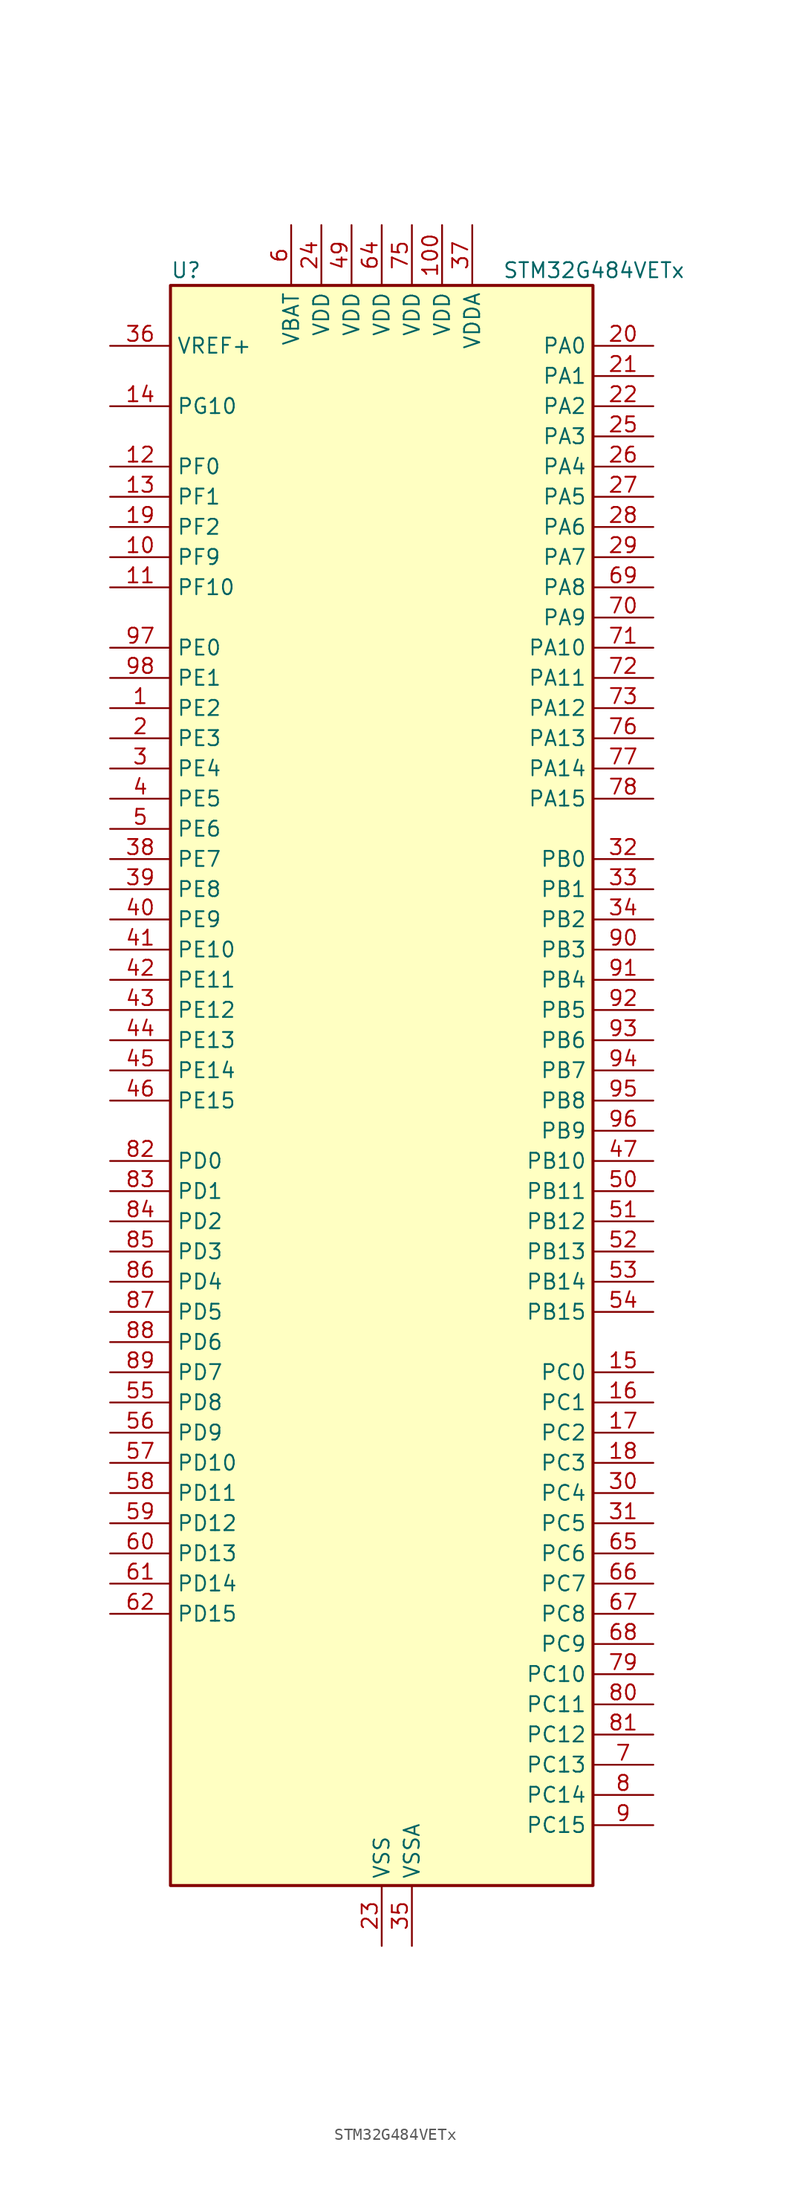
<source format=kicad_sym>
(kicad_symbol_lib
  (version 20241209)
  (generator "kicad_symbol_editor")
  (generator_version "9.0")
  (symbol "STM32G484VETx"
    (property "Reference" "U"
      (at -17.78 69.85 0)
      (effects (font (size 1.27 1.27)) (justify left)))
    (property "Value" "STM32G484VETx"
      (at 10.16 69.85 0)
      (effects (font (size 1.27 1.27)) (justify left)))
    (symbol "STM32G484VETx_0_1"
      (rectangle (start -17.78 -66.04) (end 17.78 68.58) (stroke (width 0.254) (type default)) (fill (type background))))
    (symbol "STM32G484VETx_1_1"
      (pin input line (at -22.86 63.5 0) (length 5.08) (name "VREF+" (effects (font (size 1.27 1.27)))) (number "36" (effects (font (size 1.27 1.27)))) (alternate "VREFBUF_OUT" bidirectional line))
      (pin bidirectional line (at -22.86 58.42 0) (length 5.08) (name "PG10" (effects (font (size 1.27 1.27)))) (number "14" (effects (font (size 1.27 1.27)))) (alternate "DAC1_EXTI10" bidirectional line) (alternate "DAC2_EXTI10" bidirectional line) (alternate "DAC3_EXTI10" bidirectional line) (alternate "DAC4_EXTI10" bidirectional line) (alternate "RCC_MCO" bidirectional line))
      (pin bidirectional line (at -22.86 53.34 0) (length 5.08) (name "PF0" (effects (font (size 1.27 1.27)))) (number "12" (effects (font (size 1.27 1.27)))) (alternate "ADC1_IN10" bidirectional line) (alternate "I2C2_SDA" bidirectional line) (alternate "I2S2_WS" bidirectional line) (alternate "RCC_OSC_IN" bidirectional line) (alternate "SPI2_NSS" bidirectional line) (alternate "TIM1_CH3N" bidirectional line))
      (pin bidirectional line (at -22.86 50.8 0) (length 5.08) (name "PF1" (effects (font (size 1.27 1.27)))) (number "13" (effects (font (size 1.27 1.27)))) (alternate "ADC2_IN10" bidirectional line) (alternate "COMP3_INM" bidirectional line) (alternate "I2S2_CK" bidirectional line) (alternate "RCC_OSC_OUT" bidirectional line) (alternate "SPI2_SCK" bidirectional line))
      (pin bidirectional line (at -22.86 48.26 0) (length 5.08) (name "PF2" (effects (font (size 1.27 1.27)))) (number "19" (effects (font (size 1.27 1.27)))) (alternate "ADC3_EXTI2" bidirectional line) (alternate "ADC4_EXTI2" bidirectional line) (alternate "ADC5_EXTI2" bidirectional line) (alternate "FMC_A2" bidirectional line) (alternate "I2C2_SMBA" bidirectional line) (alternate "TIM20_CH3" bidirectional line))
      (pin bidirectional line (at -22.86 45.72 0) (length 5.08) (name "PF9" (effects (font (size 1.27 1.27)))) (number "10" (effects (font (size 1.27 1.27)))) (alternate "DAC1_EXTI9" bidirectional line) (alternate "DAC2_EXTI9" bidirectional line) (alternate "DAC3_EXTI9" bidirectional line) (alternate "DAC4_EXTI9" bidirectional line) (alternate "FMC_A25" bidirectional line) (alternate "QUADSPI1_BK1_IO1" bidirectional line) (alternate "SAI1_FS_B" bidirectional line) (alternate "SPI2_SCK" bidirectional line) (alternate "TIM15_CH1" bidirectional line) (alternate "TIM20_BKIN" bidirectional line) (alternate "TIM5_CH4" bidirectional line))
      (pin bidirectional line (at -22.86 43.18 0) (length 5.08) (name "PF10" (effects (font (size 1.27 1.27)))) (number "11" (effects (font (size 1.27 1.27)))) (alternate "DAC1_EXTI10" bidirectional line) (alternate "DAC2_EXTI10" bidirectional line) (alternate "DAC3_EXTI10" bidirectional line) (alternate "DAC4_EXTI10" bidirectional line) (alternate "FMC_A0" bidirectional line) (alternate "QUADSPI1_CLK" bidirectional line) (alternate "SAI1_D3" bidirectional line) (alternate "SPI2_SCK" bidirectional line) (alternate "TIM15_CH2" bidirectional line) (alternate "TIM20_BKIN2" bidirectional line))
      (pin bidirectional line (at -22.86 38.1 0) (length 5.08) (name "PE0" (effects (font (size 1.27 1.27)))) (number "97" (effects (font (size 1.27 1.27)))) (alternate "FMC_NBL0" bidirectional line) (alternate "TIM16_CH1" bidirectional line) (alternate "TIM20_CH4N" bidirectional line) (alternate "TIM20_ETR" bidirectional line) (alternate "TIM4_ETR" bidirectional line) (alternate "USART1_TX" bidirectional line))
      (pin bidirectional line (at -22.86 35.56 0) (length 5.08) (name "PE1" (effects (font (size 1.27 1.27)))) (number "98" (effects (font (size 1.27 1.27)))) (alternate "FMC_NBL1" bidirectional line) (alternate "TIM17_CH1" bidirectional line) (alternate "TIM20_CH4" bidirectional line) (alternate "USART1_RX" bidirectional line))
      (pin bidirectional line (at -22.86 33.02 0) (length 5.08) (name "PE2" (effects (font (size 1.27 1.27)))) (number "1" (effects (font (size 1.27 1.27)))) (alternate "ADC3_EXTI2" bidirectional line) (alternate "ADC4_EXTI2" bidirectional line) (alternate "ADC5_EXTI2" bidirectional line) (alternate "FMC_A23" bidirectional line) (alternate "SAI1_CK1" bidirectional line) (alternate "SAI1_MCLK_A" bidirectional line) (alternate "SPI4_SCK" bidirectional line) (alternate "SYS_TRACECLK" bidirectional line) (alternate "TIM20_CH1" bidirectional line) (alternate "TIM3_CH1" bidirectional line))
      (pin bidirectional line (at -22.86 30.48 0) (length 5.08) (name "PE3" (effects (font (size 1.27 1.27)))) (number "2" (effects (font (size 1.27 1.27)))) (alternate "ADC3_EXTI3" bidirectional line) (alternate "ADC4_EXTI3" bidirectional line) (alternate "ADC5_EXTI3" bidirectional line) (alternate "FMC_A19" bidirectional line) (alternate "SAI1_SD_B" bidirectional line) (alternate "SPI4_NSS" bidirectional line) (alternate "SYS_TRACED0" bidirectional line) (alternate "TIM20_CH2" bidirectional line) (alternate "TIM3_CH2" bidirectional line))
      (pin bidirectional line (at -22.86 27.94 0) (length 5.08) (name "PE4" (effects (font (size 1.27 1.27)))) (number "3" (effects (font (size 1.27 1.27)))) (alternate "FMC_A20" bidirectional line) (alternate "SAI1_D2" bidirectional line) (alternate "SAI1_FS_A" bidirectional line) (alternate "SPI4_NSS" bidirectional line) (alternate "SYS_TRACED1" bidirectional line) (alternate "TIM20_CH1N" bidirectional line) (alternate "TIM3_CH3" bidirectional line))
      (pin bidirectional line (at -22.86 25.4 0) (length 5.08) (name "PE5" (effects (font (size 1.27 1.27)))) (number "4" (effects (font (size 1.27 1.27)))) (alternate "FMC_A21" bidirectional line) (alternate "SAI1_CK2" bidirectional line) (alternate "SAI1_SCK_A" bidirectional line) (alternate "SPI4_MISO" bidirectional line) (alternate "SYS_TRACED2" bidirectional line) (alternate "TIM20_CH2N" bidirectional line) (alternate "TIM3_CH4" bidirectional line))
      (pin bidirectional line (at -22.86 22.86 0) (length 5.08) (name "PE6" (effects (font (size 1.27 1.27)))) (number "5" (effects (font (size 1.27 1.27)))) (alternate "FMC_A22" bidirectional line) (alternate "RTC_TAMP3" bidirectional line) (alternate "SAI1_D1" bidirectional line) (alternate "SAI1_SD_A" bidirectional line) (alternate "SPI4_MOSI" bidirectional line) (alternate "SYS_TRACED3" bidirectional line) (alternate "SYS_WKUP3" bidirectional line) (alternate "TIM20_CH3N" bidirectional line))
      (pin bidirectional line (at -22.86 20.32 0) (length 5.08) (name "PE7" (effects (font (size 1.27 1.27)))) (number "38" (effects (font (size 1.27 1.27)))) (alternate "ADC3_IN4" bidirectional line) (alternate "COMP4_INP" bidirectional line) (alternate "FMC_D4" bidirectional line) (alternate "FMC_DA4" bidirectional line) (alternate "SAI1_SD_B" bidirectional line) (alternate "TIM1_ETR" bidirectional line))
      (pin bidirectional line (at -22.86 17.78 0) (length 5.08) (name "PE8" (effects (font (size 1.27 1.27)))) (number "39" (effects (font (size 1.27 1.27)))) (alternate "ADC3_IN6" bidirectional line) (alternate "ADC4_IN6" bidirectional line) (alternate "ADC5_IN6" bidirectional line) (alternate "COMP4_INM" bidirectional line) (alternate "FMC_D5" bidirectional line) (alternate "FMC_DA5" bidirectional line) (alternate "SAI1_SCK_B" bidirectional line) (alternate "TIM1_CH1N" bidirectional line) (alternate "TIM5_CH3" bidirectional line))
      (pin bidirectional line (at -22.86 15.24 0) (length 5.08) (name "PE9" (effects (font (size 1.27 1.27)))) (number "40" (effects (font (size 1.27 1.27)))) (alternate "ADC3_IN2" bidirectional line) (alternate "DAC1_EXTI9" bidirectional line) (alternate "DAC2_EXTI9" bidirectional line) (alternate "DAC3_EXTI9" bidirectional line) (alternate "DAC4_EXTI9" bidirectional line) (alternate "FMC_D6" bidirectional line) (alternate "FMC_DA6" bidirectional line) (alternate "SAI1_FS_B" bidirectional line) (alternate "TIM1_CH1" bidirectional line) (alternate "TIM5_CH4" bidirectional line))
      (pin bidirectional line (at -22.86 12.7 0) (length 5.08) (name "PE10" (effects (font (size 1.27 1.27)))) (number "41" (effects (font (size 1.27 1.27)))) (alternate "ADC3_IN14" bidirectional line) (alternate "ADC4_IN14" bidirectional line) (alternate "ADC5_IN14" bidirectional line) (alternate "DAC1_EXTI10" bidirectional line) (alternate "DAC2_EXTI10" bidirectional line) (alternate "DAC3_EXTI10" bidirectional line) (alternate "DAC4_EXTI10" bidirectional line) (alternate "FMC_D7" bidirectional line) (alternate "FMC_DA7" bidirectional line) (alternate "QUADSPI1_CLK" bidirectional line) (alternate "SAI1_MCLK_B" bidirectional line) (alternate "TIM1_CH2N" bidirectional line))
      (pin bidirectional line (at -22.86 10.16 0) (length 5.08) (name "PE11" (effects (font (size 1.27 1.27)))) (number "42" (effects (font (size 1.27 1.27)))) (alternate "ADC1_EXTI11" bidirectional line) (alternate "ADC2_EXTI11" bidirectional line) (alternate "ADC3_IN15" bidirectional line) (alternate "ADC4_IN15" bidirectional line) (alternate "ADC5_IN15" bidirectional line) (alternate "FMC_D8" bidirectional line) (alternate "FMC_DA8" bidirectional line) (alternate "QUADSPI1_BK1_NCS" bidirectional line) (alternate "SPI4_NSS" bidirectional line) (alternate "TIM1_CH2" bidirectional line))
      (pin bidirectional line (at -22.86 7.62 0) (length 5.08) (name "PE12" (effects (font (size 1.27 1.27)))) (number "43" (effects (font (size 1.27 1.27)))) (alternate "ADC3_IN16" bidirectional line) (alternate "ADC4_IN16" bidirectional line) (alternate "ADC5_IN16" bidirectional line) (alternate "FMC_D9" bidirectional line) (alternate "FMC_DA9" bidirectional line) (alternate "QUADSPI1_BK1_IO0" bidirectional line) (alternate "SPI4_SCK" bidirectional line) (alternate "TIM1_CH3N" bidirectional line))
      (pin bidirectional line (at -22.86 5.08 0) (length 5.08) (name "PE13" (effects (font (size 1.27 1.27)))) (number "44" (effects (font (size 1.27 1.27)))) (alternate "ADC3_IN3" bidirectional line) (alternate "FMC_D10" bidirectional line) (alternate "FMC_DA10" bidirectional line) (alternate "QUADSPI1_BK1_IO1" bidirectional line) (alternate "SPI4_MISO" bidirectional line) (alternate "TIM1_CH3" bidirectional line))
      (pin bidirectional line (at -22.86 2.54 0) (length 5.08) (name "PE14" (effects (font (size 1.27 1.27)))) (number "45" (effects (font (size 1.27 1.27)))) (alternate "ADC4_IN1" bidirectional line) (alternate "FMC_D11" bidirectional line) (alternate "FMC_DA11" bidirectional line) (alternate "QUADSPI1_BK1_IO2" bidirectional line) (alternate "SPI4_MOSI" bidirectional line) (alternate "TIM1_BKIN2" bidirectional line) (alternate "TIM1_CH4" bidirectional line))
      (pin bidirectional line (at -22.86 0 0) (length 5.08) (name "PE15" (effects (font (size 1.27 1.27)))) (number "46" (effects (font (size 1.27 1.27)))) (alternate "ADC1_EXTI15" bidirectional line) (alternate "ADC2_EXTI15" bidirectional line) (alternate "ADC4_IN2" bidirectional line) (alternate "FMC_D12" bidirectional line) (alternate "FMC_DA12" bidirectional line) (alternate "QUADSPI1_BK1_IO3" bidirectional line) (alternate "TIM1_BKIN" bidirectional line) (alternate "TIM1_CH4N" bidirectional line) (alternate "USART3_RX" bidirectional line))
      (pin bidirectional line (at -22.86 -5.08 0) (length 5.08) (name "PD0" (effects (font (size 1.27 1.27)))) (number "82" (effects (font (size 1.27 1.27)))) (alternate "FDCAN1_RX" bidirectional line) (alternate "FMC_D2" bidirectional line) (alternate "FMC_DA2" bidirectional line) (alternate "TIM8_CH4N" bidirectional line))
      (pin bidirectional line (at -22.86 -7.62 0) (length 5.08) (name "PD1" (effects (font (size 1.27 1.27)))) (number "83" (effects (font (size 1.27 1.27)))) (alternate "FDCAN1_TX" bidirectional line) (alternate "FMC_D3" bidirectional line) (alternate "FMC_DA3" bidirectional line) (alternate "TIM8_BKIN2" bidirectional line) (alternate "TIM8_CH4" bidirectional line))
      (pin bidirectional line (at -22.86 -10.16 0) (length 5.08) (name "PD2" (effects (font (size 1.27 1.27)))) (number "84" (effects (font (size 1.27 1.27)))) (alternate "ADC3_EXTI2" bidirectional line) (alternate "ADC4_EXTI2" bidirectional line) (alternate "ADC5_EXTI2" bidirectional line) (alternate "TIM3_ETR" bidirectional line) (alternate "TIM8_BKIN" bidirectional line) (alternate "UART5_RX" bidirectional line))
      (pin bidirectional line (at -22.86 -12.7 0) (length 5.08) (name "PD3" (effects (font (size 1.27 1.27)))) (number "85" (effects (font (size 1.27 1.27)))) (alternate "ADC3_EXTI3" bidirectional line) (alternate "ADC4_EXTI3" bidirectional line) (alternate "ADC5_EXTI3" bidirectional line) (alternate "FMC_CLK" bidirectional line) (alternate "QUADSPI1_BK2_NCS" bidirectional line) (alternate "TIM2_CH1" bidirectional line) (alternate "TIM2_ETR" bidirectional line) (alternate "USART2_CTS" bidirectional line) (alternate "USART2_NSS" bidirectional line))
      (pin bidirectional line (at -22.86 -15.24 0) (length 5.08) (name "PD4" (effects (font (size 1.27 1.27)))) (number "86" (effects (font (size 1.27 1.27)))) (alternate "FMC_NOE" bidirectional line) (alternate "QUADSPI1_BK2_IO0" bidirectional line) (alternate "TIM2_CH2" bidirectional line) (alternate "USART2_DE" bidirectional line) (alternate "USART2_RTS" bidirectional line))
      (pin bidirectional line (at -22.86 -17.78 0) (length 5.08) (name "PD5" (effects (font (size 1.27 1.27)))) (number "87" (effects (font (size 1.27 1.27)))) (alternate "FMC_NWE" bidirectional line) (alternate "QUADSPI1_BK2_IO1" bidirectional line) (alternate "USART2_TX" bidirectional line))
      (pin bidirectional line (at -22.86 -20.32 0) (length 5.08) (name "PD6" (effects (font (size 1.27 1.27)))) (number "88" (effects (font (size 1.27 1.27)))) (alternate "FMC_NWAIT" bidirectional line) (alternate "QUADSPI1_BK2_IO2" bidirectional line) (alternate "SAI1_D1" bidirectional line) (alternate "SAI1_SD_A" bidirectional line) (alternate "TIM2_CH4" bidirectional line) (alternate "USART2_RX" bidirectional line))
      (pin bidirectional line (at -22.86 -22.86 0) (length 5.08) (name "PD7" (effects (font (size 1.27 1.27)))) (number "89" (effects (font (size 1.27 1.27)))) (alternate "FMC_NCE" bidirectional line) (alternate "FMC_NE1" bidirectional line) (alternate "QUADSPI1_BK2_IO3" bidirectional line) (alternate "TIM2_CH3" bidirectional line) (alternate "USART2_CK" bidirectional line))
      (pin bidirectional line (at -22.86 -25.4 0) (length 5.08) (name "PD8" (effects (font (size 1.27 1.27)))) (number "55" (effects (font (size 1.27 1.27)))) (alternate "ADC4_IN12" bidirectional line) (alternate "ADC5_IN12" bidirectional line) (alternate "FMC_D13" bidirectional line) (alternate "FMC_DA13" bidirectional line) (alternate "OPAMP4_VINM" bidirectional line) (alternate "OPAMP4_VINM1" bidirectional line) (alternate "OPAMP4_VINM_SEC" bidirectional line) (alternate "USART3_TX" bidirectional line))
      (pin bidirectional line (at -22.86 -27.94 0) (length 5.08) (name "PD9" (effects (font (size 1.27 1.27)))) (number "56" (effects (font (size 1.27 1.27)))) (alternate "ADC4_IN13" bidirectional line) (alternate "ADC5_IN13" bidirectional line) (alternate "DAC1_EXTI9" bidirectional line) (alternate "DAC2_EXTI9" bidirectional line) (alternate "DAC3_EXTI9" bidirectional line) (alternate "DAC4_EXTI9" bidirectional line) (alternate "FMC_D14" bidirectional line) (alternate "FMC_DA14" bidirectional line) (alternate "OPAMP6_VINP" bidirectional line) (alternate "OPAMP6_VINP_SEC" bidirectional line) (alternate "USART3_RX" bidirectional line))
      (pin bidirectional line (at -22.86 -30.48 0) (length 5.08) (name "PD10" (effects (font (size 1.27 1.27)))) (number "57" (effects (font (size 1.27 1.27)))) (alternate "ADC3_IN7" bidirectional line) (alternate "ADC4_IN7" bidirectional line) (alternate "ADC5_IN7" bidirectional line) (alternate "COMP6_INM" bidirectional line) (alternate "DAC1_EXTI10" bidirectional line) (alternate "DAC2_EXTI10" bidirectional line) (alternate "DAC3_EXTI10" bidirectional line) (alternate "DAC4_EXTI10" bidirectional line) (alternate "FMC_D15" bidirectional line) (alternate "FMC_DA15" bidirectional line) (alternate "USART3_CK" bidirectional line))
      (pin bidirectional line (at -22.86 -33.02 0) (length 5.08) (name "PD11" (effects (font (size 1.27 1.27)))) (number "58" (effects (font (size 1.27 1.27)))) (alternate "ADC1_EXTI11" bidirectional line) (alternate "ADC2_EXTI11" bidirectional line) (alternate "ADC3_IN8" bidirectional line) (alternate "ADC4_IN8" bidirectional line) (alternate "ADC5_IN8" bidirectional line) (alternate "COMP6_INP" bidirectional line) (alternate "FMC_A16" bidirectional line) (alternate "FMC_CLE" bidirectional line) (alternate "I2C4_SMBA" bidirectional line) (alternate "OPAMP4_VINP" bidirectional line) (alternate "OPAMP4_VINP_SEC" bidirectional line) (alternate "TIM5_ETR" bidirectional line) (alternate "USART3_CTS" bidirectional line) (alternate "USART3_NSS" bidirectional line))
      (pin bidirectional line (at -22.86 -35.56 0) (length 5.08) (name "PD12" (effects (font (size 1.27 1.27)))) (number "59" (effects (font (size 1.27 1.27)))) (alternate "ADC3_IN9" bidirectional line) (alternate "ADC4_IN9" bidirectional line) (alternate "ADC5_IN9" bidirectional line) (alternate "COMP5_INP" bidirectional line) (alternate "FMC_A17" bidirectional line) (alternate "FMC_ALE" bidirectional line) (alternate "OPAMP5_VINP" bidirectional line) (alternate "OPAMP5_VINP_SEC" bidirectional line) (alternate "TIM4_CH1" bidirectional line) (alternate "USART3_DE" bidirectional line) (alternate "USART3_RTS" bidirectional line))
      (pin bidirectional line (at -22.86 -38.1 0) (length 5.08) (name "PD13" (effects (font (size 1.27 1.27)))) (number "60" (effects (font (size 1.27 1.27)))) (alternate "ADC3_IN10" bidirectional line) (alternate "ADC4_IN10" bidirectional line) (alternate "ADC5_IN10" bidirectional line) (alternate "COMP5_INM" bidirectional line) (alternate "FMC_A18" bidirectional line) (alternate "TIM4_CH2" bidirectional line))
      (pin bidirectional line (at -22.86 -40.64 0) (length 5.08) (name "PD14" (effects (font (size 1.27 1.27)))) (number "61" (effects (font (size 1.27 1.27)))) (alternate "ADC3_IN11" bidirectional line) (alternate "ADC4_IN11" bidirectional line) (alternate "ADC5_IN11" bidirectional line) (alternate "COMP7_INP" bidirectional line) (alternate "FMC_D0" bidirectional line) (alternate "FMC_DA0" bidirectional line) (alternate "OPAMP2_VINP" bidirectional line) (alternate "OPAMP2_VINP_SEC" bidirectional line) (alternate "TIM4_CH3" bidirectional line))
      (pin bidirectional line (at -22.86 -43.18 0) (length 5.08) (name "PD15" (effects (font (size 1.27 1.27)))) (number "62" (effects (font (size 1.27 1.27)))) (alternate "ADC1_EXTI15" bidirectional line) (alternate "ADC2_EXTI15" bidirectional line) (alternate "COMP7_INM" bidirectional line) (alternate "FMC_D1" bidirectional line) (alternate "FMC_DA1" bidirectional line) (alternate "SPI2_NSS" bidirectional line) (alternate "TIM4_CH4" bidirectional line))
      (pin power_in line (at -7.62 73.66 270) (length 5.08) (name "VBAT" (effects (font (size 1.27 1.27)))) (number "6" (effects (font (size 1.27 1.27)))))
      (pin power_in line (at -5.08 73.66 270) (length 5.08) (name "VDD" (effects (font (size 1.27 1.27)))) (number "24" (effects (font (size 1.27 1.27)))))
      (pin power_in line (at -2.54 73.66 270) (length 5.08) (name "VDD" (effects (font (size 1.27 1.27)))) (number "49" (effects (font (size 1.27 1.27)))))
      (pin power_in line (at 0 73.66 270) (length 5.08) (name "VDD" (effects (font (size 1.27 1.27)))) (number "64" (effects (font (size 1.27 1.27)))))
      (pin power_in line (at 0 -71.12 90) (length 5.08) (name "VSS" (effects (font (size 1.27 1.27)))) (number "23" (effects (font (size 1.27 1.27)))))
      (pin passive line (at 0 -71.12 90) (length 5.08) (hide yes) (name "VSS" (effects (font (size 1.27 1.27)))) (number "48" (effects (font (size 1.27 1.27)))))
      (pin passive line (at 0 -71.12 90) (length 5.08) (hide yes) (name "VSS" (effects (font (size 1.27 1.27)))) (number "63" (effects (font (size 1.27 1.27)))))
      (pin passive line (at 0 -71.12 90) (length 5.08) (hide yes) (name "VSS" (effects (font (size 1.27 1.27)))) (number "74" (effects (font (size 1.27 1.27)))))
      (pin passive line (at 0 -71.12 90) (length 5.08) (hide yes) (name "VSS" (effects (font (size 1.27 1.27)))) (number "99" (effects (font (size 1.27 1.27)))))
      (pin power_in line (at 2.54 73.66 270) (length 5.08) (name "VDD" (effects (font (size 1.27 1.27)))) (number "75" (effects (font (size 1.27 1.27)))))
      (pin power_in line (at 2.54 -71.12 90) (length 5.08) (name "VSSA" (effects (font (size 1.27 1.27)))) (number "35" (effects (font (size 1.27 1.27)))))
      (pin power_in line (at 5.08 73.66 270) (length 5.08) (name "VDD" (effects (font (size 1.27 1.27)))) (number "100" (effects (font (size 1.27 1.27)))))
      (pin power_in line (at 7.62 73.66 270) (length 5.08) (name "VDDA" (effects (font (size 1.27 1.27)))) (number "37" (effects (font (size 1.27 1.27)))))
      (pin bidirectional line (at 22.86 63.5 180) (length 5.08) (name "PA0" (effects (font (size 1.27 1.27)))) (number "20" (effects (font (size 1.27 1.27)))) (alternate "ADC1_IN1" bidirectional line) (alternate "ADC2_IN1" bidirectional line) (alternate "COMP1_INM" bidirectional line) (alternate "COMP1_OUT" bidirectional line) (alternate "COMP3_INP" bidirectional line) (alternate "RTC_TAMP2" bidirectional line) (alternate "SYS_WKUP1" bidirectional line) (alternate "TIM2_CH1" bidirectional line) (alternate "TIM2_ETR" bidirectional line) (alternate "TIM5_CH1" bidirectional line) (alternate "TIM8_BKIN" bidirectional line) (alternate "TIM8_ETR" bidirectional line) (alternate "USART2_CTS" bidirectional line) (alternate "USART2_NSS" bidirectional line))
      (pin bidirectional line (at 22.86 60.96 180) (length 5.08) (name "PA1" (effects (font (size 1.27 1.27)))) (number "21" (effects (font (size 1.27 1.27)))) (alternate "ADC1_IN2" bidirectional line) (alternate "ADC2_IN2" bidirectional line) (alternate "COMP1_INP" bidirectional line) (alternate "OPAMP1_VINP" bidirectional line) (alternate "OPAMP1_VINP_SEC" bidirectional line) (alternate "OPAMP3_VINP" bidirectional line) (alternate "OPAMP3_VINP_SEC" bidirectional line) (alternate "OPAMP6_VINM" bidirectional line) (alternate "OPAMP6_VINM0" bidirectional line) (alternate "OPAMP6_VINM_SEC" bidirectional line) (alternate "RTC_REFIN" bidirectional line) (alternate "TIM15_CH1N" bidirectional line) (alternate "TIM2_CH2" bidirectional line) (alternate "TIM5_CH2" bidirectional line) (alternate "USART2_DE" bidirectional line) (alternate "USART2_RTS" bidirectional line))
      (pin bidirectional line (at 22.86 58.42 180) (length 5.08) (name "PA2" (effects (font (size 1.27 1.27)))) (number "22" (effects (font (size 1.27 1.27)))) (alternate "ADC1_IN3" bidirectional line) (alternate "ADC3_EXTI2" bidirectional line) (alternate "ADC4_EXTI2" bidirectional line) (alternate "ADC5_EXTI2" bidirectional line) (alternate "COMP2_INM" bidirectional line) (alternate "COMP2_OUT" bidirectional line) (alternate "LPUART1_TX" bidirectional line) (alternate "OPAMP1_VOUT" bidirectional line) (alternate "QUADSPI1_BK1_NCS" bidirectional line) (alternate "RCC_LSCO" bidirectional line) (alternate "SYS_WKUP4" bidirectional line) (alternate "TIM15_CH1" bidirectional line) (alternate "TIM2_CH3" bidirectional line) (alternate "TIM5_CH3" bidirectional line) (alternate "UCPD1_FRSTX1" bidirectional line) (alternate "UCPD1_FRSTX2" bidirectional line) (alternate "USART2_TX" bidirectional line))
      (pin bidirectional line (at 22.86 55.88 180) (length 5.08) (name "PA3" (effects (font (size 1.27 1.27)))) (number "25" (effects (font (size 1.27 1.27)))) (alternate "ADC1_IN4" bidirectional line) (alternate "ADC3_EXTI3" bidirectional line) (alternate "ADC4_EXTI3" bidirectional line) (alternate "ADC5_EXTI3" bidirectional line) (alternate "COMP2_INP" bidirectional line) (alternate "LPUART1_RX" bidirectional line) (alternate "OPAMP1_VINM" bidirectional line) (alternate "OPAMP1_VINM0" bidirectional line) (alternate "OPAMP1_VINM_SEC" bidirectional line) (alternate "OPAMP1_VINP" bidirectional line) (alternate "OPAMP1_VINP_SEC" bidirectional line) (alternate "OPAMP5_VINM" bidirectional line) (alternate "OPAMP5_VINM1" bidirectional line) (alternate "OPAMP5_VINM_SEC" bidirectional line) (alternate "QUADSPI1_CLK" bidirectional line) (alternate "SAI1_CK1" bidirectional line) (alternate "SAI1_MCLK_A" bidirectional line) (alternate "TIM15_CH2" bidirectional line) (alternate "TIM2_CH4" bidirectional line) (alternate "TIM5_CH4" bidirectional line) (alternate "USART2_RX" bidirectional line))
      (pin bidirectional line (at 22.86 53.34 180) (length 5.08) (name "PA4" (effects (font (size 1.27 1.27)))) (number "26" (effects (font (size 1.27 1.27)))) (alternate "ADC2_IN17" bidirectional line) (alternate "COMP1_INM" bidirectional line) (alternate "DAC1_OUT1" bidirectional line) (alternate "I2S3_WS" bidirectional line) (alternate "SAI1_FS_B" bidirectional line) (alternate "SPI1_NSS" bidirectional line) (alternate "SPI3_NSS" bidirectional line) (alternate "TIM3_CH2" bidirectional line) (alternate "USART2_CK" bidirectional line))
      (pin bidirectional line (at 22.86 50.8 180) (length 5.08) (name "PA5" (effects (font (size 1.27 1.27)))) (number "27" (effects (font (size 1.27 1.27)))) (alternate "ADC2_IN13" bidirectional line) (alternate "COMP2_INM" bidirectional line) (alternate "DAC1_OUT2" bidirectional line) (alternate "OPAMP2_VINM" bidirectional line) (alternate "OPAMP2_VINM0" bidirectional line) (alternate "OPAMP2_VINM_SEC" bidirectional line) (alternate "SPI1_SCK" bidirectional line) (alternate "TIM2_CH1" bidirectional line) (alternate "TIM2_ETR" bidirectional line) (alternate "UCPD1_FRSTX1" bidirectional line) (alternate "UCPD1_FRSTX2" bidirectional line))
      (pin bidirectional line (at 22.86 48.26 180) (length 5.08) (name "PA6" (effects (font (size 1.27 1.27)))) (number "28" (effects (font (size 1.27 1.27)))) (alternate "ADC2_IN3" bidirectional line) (alternate "COMP1_OUT" bidirectional line) (alternate "DAC2_OUT1" bidirectional line) (alternate "LPUART1_CTS" bidirectional line) (alternate "OPAMP2_VOUT" bidirectional line) (alternate "QUADSPI1_BK1_IO3" bidirectional line) (alternate "SPI1_MISO" bidirectional line) (alternate "TIM16_CH1" bidirectional line) (alternate "TIM1_BKIN" bidirectional line) (alternate "TIM3_CH1" bidirectional line) (alternate "TIM8_BKIN" bidirectional line))
      (pin bidirectional line (at 22.86 45.72 180) (length 5.08) (name "PA7" (effects (font (size 1.27 1.27)))) (number "29" (effects (font (size 1.27 1.27)))) (alternate "ADC2_IN4" bidirectional line) (alternate "COMP2_INP" bidirectional line) (alternate "COMP2_OUT" bidirectional line) (alternate "OPAMP1_VINP" bidirectional line) (alternate "OPAMP1_VINP_SEC" bidirectional line) (alternate "OPAMP2_VINP" bidirectional line) (alternate "OPAMP2_VINP_SEC" bidirectional line) (alternate "QUADSPI1_BK1_IO2" bidirectional line) (alternate "SPI1_MOSI" bidirectional line) (alternate "TIM17_CH1" bidirectional line) (alternate "TIM1_CH1N" bidirectional line) (alternate "TIM3_CH2" bidirectional line) (alternate "TIM8_CH1N" bidirectional line) (alternate "UCPD1_FRSTX1" bidirectional line) (alternate "UCPD1_FRSTX2" bidirectional line))
      (pin bidirectional line (at 22.86 43.18 180) (length 5.08) (name "PA8" (effects (font (size 1.27 1.27)))) (number "69" (effects (font (size 1.27 1.27)))) (alternate "ADC5_IN1" bidirectional line) (alternate "COMP7_OUT" bidirectional line) (alternate "FDCAN3_RX" bidirectional line) (alternate "HRTIM1_CHA1" bidirectional line) (alternate "I2C2_SDA" bidirectional line) (alternate "I2C3_SCL" bidirectional line) (alternate "I2S2_MCK" bidirectional line) (alternate "OPAMP5_VOUT" bidirectional line) (alternate "RCC_MCO" bidirectional line) (alternate "SAI1_CK2" bidirectional line) (alternate "SAI1_SCK_A" bidirectional line) (alternate "TIM1_CH1" bidirectional line) (alternate "TIM4_ETR" bidirectional line) (alternate "USART1_CK" bidirectional line))
      (pin bidirectional line (at 22.86 40.64 180) (length 5.08) (name "PA9" (effects (font (size 1.27 1.27)))) (number "70" (effects (font (size 1.27 1.27)))) (alternate "ADC5_IN2" bidirectional line) (alternate "COMP5_OUT" bidirectional line) (alternate "DAC1_EXTI9" bidirectional line) (alternate "DAC2_EXTI9" bidirectional line) (alternate "DAC3_EXTI9" bidirectional line) (alternate "DAC4_EXTI9" bidirectional line) (alternate "HRTIM1_CHA2" bidirectional line) (alternate "I2C2_SCL" bidirectional line) (alternate "I2C3_SMBA" bidirectional line) (alternate "I2S3_MCK" bidirectional line) (alternate "SAI1_FS_A" bidirectional line) (alternate "TIM15_BKIN" bidirectional line) (alternate "TIM1_CH2" bidirectional line) (alternate "TIM2_CH3" bidirectional line) (alternate "UCPD1_DBCC1" bidirectional line) (alternate "USART1_TX" bidirectional line))
      (pin bidirectional line (at 22.86 38.1 180) (length 5.08) (name "PA10" (effects (font (size 1.27 1.27)))) (number "71" (effects (font (size 1.27 1.27)))) (alternate "COMP6_OUT" bidirectional line) (alternate "CRS_SYNC" bidirectional line) (alternate "DAC1_EXTI10" bidirectional line) (alternate "DAC2_EXTI10" bidirectional line) (alternate "DAC3_EXTI10" bidirectional line) (alternate "DAC4_EXTI10" bidirectional line) (alternate "HRTIM1_CHB1" bidirectional line) (alternate "I2C2_SMBA" bidirectional line) (alternate "SAI1_D1" bidirectional line) (alternate "SAI1_SD_A" bidirectional line) (alternate "SPI2_MISO" bidirectional line) (alternate "TIM17_BKIN" bidirectional line) (alternate "TIM1_CH3" bidirectional line) (alternate "TIM2_CH4" bidirectional line) (alternate "TIM8_BKIN" bidirectional line) (alternate "UCPD1_DBCC2" bidirectional line) (alternate "USART1_RX" bidirectional line))
      (pin bidirectional line (at 22.86 35.56 180) (length 5.08) (name "PA11" (effects (font (size 1.27 1.27)))) (number "72" (effects (font (size 1.27 1.27)))) (alternate "ADC1_EXTI11" bidirectional line) (alternate "ADC2_EXTI11" bidirectional line) (alternate "COMP1_OUT" bidirectional line) (alternate "FDCAN1_RX" bidirectional line) (alternate "HRTIM1_CHB2" bidirectional line) (alternate "I2S2_SD" bidirectional line) (alternate "SPI2_MOSI" bidirectional line) (alternate "TIM1_BKIN2" bidirectional line) (alternate "TIM1_CH1N" bidirectional line) (alternate "TIM1_CH4" bidirectional line) (alternate "TIM4_CH1" bidirectional line) (alternate "USART1_CTS" bidirectional line) (alternate "USART1_NSS" bidirectional line) (alternate "USB_DM" bidirectional line))
      (pin bidirectional line (at 22.86 33.02 180) (length 5.08) (name "PA12" (effects (font (size 1.27 1.27)))) (number "73" (effects (font (size 1.27 1.27)))) (alternate "COMP2_OUT" bidirectional line) (alternate "FDCAN1_TX" bidirectional line) (alternate "HRTIM1_FLT1" bidirectional line) (alternate "I2S_CKIN" bidirectional line) (alternate "TIM16_CH1" bidirectional line) (alternate "TIM1_CH2N" bidirectional line) (alternate "TIM1_ETR" bidirectional line) (alternate "TIM4_CH2" bidirectional line) (alternate "USART1_DE" bidirectional line) (alternate "USART1_RTS" bidirectional line) (alternate "USB_DP" bidirectional line))
      (pin bidirectional line (at 22.86 30.48 180) (length 5.08) (name "PA13" (effects (font (size 1.27 1.27)))) (number "76" (effects (font (size 1.27 1.27)))) (alternate "I2C1_SCL" bidirectional line) (alternate "I2C4_SCL" bidirectional line) (alternate "IR_OUT" bidirectional line) (alternate "SAI1_SD_B" bidirectional line) (alternate "SYS_JTMS-SWDIO" bidirectional line) (alternate "TIM16_CH1N" bidirectional line) (alternate "TIM4_CH3" bidirectional line) (alternate "USART3_CTS" bidirectional line) (alternate "USART3_NSS" bidirectional line))
      (pin bidirectional line (at 22.86 27.94 180) (length 5.08) (name "PA14" (effects (font (size 1.27 1.27)))) (number "77" (effects (font (size 1.27 1.27)))) (alternate "I2C1_SDA" bidirectional line) (alternate "I2C4_SMBA" bidirectional line) (alternate "LPTIM1_OUT" bidirectional line) (alternate "SAI1_FS_B" bidirectional line) (alternate "SYS_JTCK-SWCLK" bidirectional line) (alternate "TIM1_BKIN" bidirectional line) (alternate "TIM8_CH2" bidirectional line) (alternate "USART2_TX" bidirectional line))
      (pin bidirectional line (at 22.86 25.4 180) (length 5.08) (name "PA15" (effects (font (size 1.27 1.27)))) (number "78" (effects (font (size 1.27 1.27)))) (alternate "ADC1_EXTI15" bidirectional line) (alternate "ADC2_EXTI15" bidirectional line) (alternate "FDCAN3_TX" bidirectional line) (alternate "HRTIM1_FLT2" bidirectional line) (alternate "I2C1_SCL" bidirectional line) (alternate "I2S3_WS" bidirectional line) (alternate "SPI1_NSS" bidirectional line) (alternate "SPI3_NSS" bidirectional line) (alternate "SYS_JTDI" bidirectional line) (alternate "TIM1_BKIN" bidirectional line) (alternate "TIM2_CH1" bidirectional line) (alternate "TIM2_ETR" bidirectional line) (alternate "TIM8_CH1" bidirectional line) (alternate "UART4_DE" bidirectional line) (alternate "UART4_RTS" bidirectional line) (alternate "USART2_RX" bidirectional line))
      (pin bidirectional line (at 22.86 20.32 180) (length 5.08) (name "PB0" (effects (font (size 1.27 1.27)))) (number "32" (effects (font (size 1.27 1.27)))) (alternate "ADC1_IN15" bidirectional line) (alternate "ADC3_IN12" bidirectional line) (alternate "COMP4_INP" bidirectional line) (alternate "HRTIM1_FLT5" bidirectional line) (alternate "OPAMP2_VINP" bidirectional line) (alternate "OPAMP2_VINP_SEC" bidirectional line) (alternate "OPAMP3_VINP" bidirectional line) (alternate "OPAMP3_VINP_SEC" bidirectional line) (alternate "QUADSPI1_BK1_IO1" bidirectional line) (alternate "TIM1_CH2N" bidirectional line) (alternate "TIM3_CH3" bidirectional line) (alternate "TIM8_CH2N" bidirectional line) (alternate "UCPD1_FRSTX1" bidirectional line) (alternate "UCPD1_FRSTX2" bidirectional line))
      (pin bidirectional line (at 22.86 17.78 180) (length 5.08) (name "PB1" (effects (font (size 1.27 1.27)))) (number "33" (effects (font (size 1.27 1.27)))) (alternate "ADC1_IN12" bidirectional line) (alternate "ADC3_IN1" bidirectional line) (alternate "COMP1_INP" bidirectional line) (alternate "COMP4_OUT" bidirectional line) (alternate "HRTIM1_SCOUT" bidirectional line) (alternate "LPUART1_DE" bidirectional line) (alternate "LPUART1_RTS" bidirectional line) (alternate "OPAMP3_VOUT" bidirectional line) (alternate "OPAMP6_VINM" bidirectional line) (alternate "OPAMP6_VINM1" bidirectional line) (alternate "OPAMP6_VINM_SEC" bidirectional line) (alternate "QUADSPI1_BK1_IO0" bidirectional line) (alternate "TIM1_CH3N" bidirectional line) (alternate "TIM3_CH4" bidirectional line) (alternate "TIM8_CH3N" bidirectional line))
      (pin bidirectional line (at 22.86 15.24 180) (length 5.08) (name "PB2" (effects (font (size 1.27 1.27)))) (number "34" (effects (font (size 1.27 1.27)))) (alternate "ADC2_IN12" bidirectional line) (alternate "ADC3_EXTI2" bidirectional line) (alternate "ADC4_EXTI2" bidirectional line) (alternate "ADC5_EXTI2" bidirectional line) (alternate "COMP4_INM" bidirectional line) (alternate "HRTIM1_SCIN" bidirectional line) (alternate "I2C3_SMBA" bidirectional line) (alternate "LPTIM1_OUT" bidirectional line) (alternate "OPAMP3_VINM" bidirectional line) (alternate "OPAMP3_VINM0" bidirectional line) (alternate "OPAMP3_VINM_SEC" bidirectional line) (alternate "QUADSPI1_BK2_IO1" bidirectional line) (alternate "RTC_OUT2" bidirectional line) (alternate "TIM20_CH1" bidirectional line) (alternate "TIM5_CH1" bidirectional line))
      (pin bidirectional line (at 22.86 12.7 180) (length 5.08) (name "PB3" (effects (font (size 1.27 1.27)))) (number "90" (effects (font (size 1.27 1.27)))) (alternate "ADC3_EXTI3" bidirectional line) (alternate "ADC4_EXTI3" bidirectional line) (alternate "ADC5_EXTI3" bidirectional line) (alternate "CRS_SYNC" bidirectional line) (alternate "FDCAN3_RX" bidirectional line) (alternate "HRTIM1_EEV9" bidirectional line) (alternate "HRTIM1_SCOUT" bidirectional line) (alternate "I2S3_CK" bidirectional line) (alternate "SAI1_SCK_B" bidirectional line) (alternate "SPI1_SCK" bidirectional line) (alternate "SPI3_SCK" bidirectional line) (alternate "SYS_JTDO-SWO" bidirectional line) (alternate "TIM2_CH2" bidirectional line) (alternate "TIM3_ETR" bidirectional line) (alternate "TIM4_ETR" bidirectional line) (alternate "TIM8_CH1N" bidirectional line) (alternate "USART2_TX" bidirectional line))
      (pin bidirectional line (at 22.86 10.16 180) (length 5.08) (name "PB4" (effects (font (size 1.27 1.27)))) (number "91" (effects (font (size 1.27 1.27)))) (alternate "FDCAN3_TX" bidirectional line) (alternate "HRTIM1_EEV7" bidirectional line) (alternate "SAI1_MCLK_B" bidirectional line) (alternate "SPI1_MISO" bidirectional line) (alternate "SPI3_MISO" bidirectional line) (alternate "SYS_JTRST" bidirectional line) (alternate "TIM16_CH1" bidirectional line) (alternate "TIM17_BKIN" bidirectional line) (alternate "TIM3_CH1" bidirectional line) (alternate "TIM8_CH2N" bidirectional line) (alternate "UART5_DE" bidirectional line) (alternate "UART5_RTS" bidirectional line) (alternate "UCPD1_CC2" bidirectional line) (alternate "USART2_RX" bidirectional line))
      (pin bidirectional line (at 22.86 7.62 180) (length 5.08) (name "PB5" (effects (font (size 1.27 1.27)))) (number "92" (effects (font (size 1.27 1.27)))) (alternate "FDCAN2_RX" bidirectional line) (alternate "HRTIM1_EEV6" bidirectional line) (alternate "I2C1_SMBA" bidirectional line) (alternate "I2C3_SDA" bidirectional line) (alternate "I2S3_SD" bidirectional line) (alternate "LPTIM1_IN1" bidirectional line) (alternate "SAI1_SD_B" bidirectional line) (alternate "SPI1_MOSI" bidirectional line) (alternate "SPI3_MOSI" bidirectional line) (alternate "TIM16_BKIN" bidirectional line) (alternate "TIM17_CH1" bidirectional line) (alternate "TIM3_CH2" bidirectional line) (alternate "TIM8_CH3N" bidirectional line) (alternate "UART5_CTS" bidirectional line) (alternate "USART2_CK" bidirectional line))
      (pin bidirectional line (at 22.86 5.08 180) (length 5.08) (name "PB6" (effects (font (size 1.27 1.27)))) (number "93" (effects (font (size 1.27 1.27)))) (alternate "COMP4_OUT" bidirectional line) (alternate "FDCAN2_TX" bidirectional line) (alternate "HRTIM1_EEV4" bidirectional line) (alternate "HRTIM1_SCIN" bidirectional line) (alternate "LPTIM1_ETR" bidirectional line) (alternate "SAI1_FS_B" bidirectional line) (alternate "TIM16_CH1N" bidirectional line) (alternate "TIM4_CH1" bidirectional line) (alternate "TIM8_BKIN2" bidirectional line) (alternate "TIM8_CH1" bidirectional line) (alternate "TIM8_ETR" bidirectional line) (alternate "UCPD1_CC1" bidirectional line) (alternate "USART1_TX" bidirectional line))
      (pin bidirectional line (at 22.86 2.54 180) (length 5.08) (name "PB7" (effects (font (size 1.27 1.27)))) (number "94" (effects (font (size 1.27 1.27)))) (alternate "COMP3_OUT" bidirectional line) (alternate "FMC_NL" bidirectional line) (alternate "HRTIM1_EEV3" bidirectional line) (alternate "I2C1_SDA" bidirectional line) (alternate "I2C4_SDA" bidirectional line) (alternate "LPTIM1_IN2" bidirectional line) (alternate "SYS_PVD_IN" bidirectional line) (alternate "TIM17_CH1N" bidirectional line) (alternate "TIM3_CH4" bidirectional line) (alternate "TIM4_CH2" bidirectional line) (alternate "TIM8_BKIN" bidirectional line) (alternate "UART4_CTS" bidirectional line) (alternate "USART1_RX" bidirectional line))
      (pin bidirectional line (at 22.86 0 180) (length 5.08) (name "PB8" (effects (font (size 1.27 1.27)))) (number "95" (effects (font (size 1.27 1.27)))) (alternate "COMP1_OUT" bidirectional line) (alternate "FDCAN1_RX" bidirectional line) (alternate "HRTIM1_EEV8" bidirectional line) (alternate "I2C1_SCL" bidirectional line) (alternate "SAI1_CK1" bidirectional line) (alternate "SAI1_MCLK_A" bidirectional line) (alternate "TIM16_CH1" bidirectional line) (alternate "TIM1_BKIN" bidirectional line) (alternate "TIM4_CH3" bidirectional line) (alternate "TIM8_CH2" bidirectional line) (alternate "USART3_RX" bidirectional line))
      (pin bidirectional line (at 22.86 -2.54 180) (length 5.08) (name "PB9" (effects (font (size 1.27 1.27)))) (number "96" (effects (font (size 1.27 1.27)))) (alternate "COMP2_OUT" bidirectional line) (alternate "DAC1_EXTI9" bidirectional line) (alternate "DAC2_EXTI9" bidirectional line) (alternate "DAC3_EXTI9" bidirectional line) (alternate "DAC4_EXTI9" bidirectional line) (alternate "FDCAN1_TX" bidirectional line) (alternate "HRTIM1_EEV5" bidirectional line) (alternate "I2C1_SDA" bidirectional line) (alternate "IR_OUT" bidirectional line) (alternate "SAI1_D2" bidirectional line) (alternate "SAI1_FS_A" bidirectional line) (alternate "TIM17_CH1" bidirectional line) (alternate "TIM1_CH3N" bidirectional line) (alternate "TIM4_CH4" bidirectional line) (alternate "TIM8_CH3" bidirectional line) (alternate "USART3_TX" bidirectional line))
      (pin bidirectional line (at 22.86 -5.08 180) (length 5.08) (name "PB10" (effects (font (size 1.27 1.27)))) (number "47" (effects (font (size 1.27 1.27)))) (alternate "COMP5_INM" bidirectional line) (alternate "DAC1_EXTI10" bidirectional line) (alternate "DAC2_EXTI10" bidirectional line) (alternate "DAC3_EXTI10" bidirectional line) (alternate "DAC4_EXTI10" bidirectional line) (alternate "HRTIM1_FLT3" bidirectional line) (alternate "LPUART1_RX" bidirectional line) (alternate "OPAMP3_VINM" bidirectional line) (alternate "OPAMP3_VINM1" bidirectional line) (alternate "OPAMP3_VINM_SEC" bidirectional line) (alternate "OPAMP4_VINM" bidirectional line) (alternate "OPAMP4_VINM0" bidirectional line) (alternate "OPAMP4_VINM_SEC" bidirectional line) (alternate "QUADSPI1_CLK" bidirectional line) (alternate "SAI1_SCK_A" bidirectional line) (alternate "TIM1_BKIN" bidirectional line) (alternate "TIM2_CH3" bidirectional line) (alternate "USART3_TX" bidirectional line))
      (pin bidirectional line (at 22.86 -7.62 180) (length 5.08) (name "PB11" (effects (font (size 1.27 1.27)))) (number "50" (effects (font (size 1.27 1.27)))) (alternate "ADC1_EXTI11" bidirectional line) (alternate "ADC1_IN14" bidirectional line) (alternate "ADC2_EXTI11" bidirectional line) (alternate "ADC2_IN14" bidirectional line) (alternate "COMP6_INP" bidirectional line) (alternate "HRTIM1_FLT4" bidirectional line) (alternate "LPUART1_TX" bidirectional line) (alternate "OPAMP4_VINP" bidirectional line) (alternate "OPAMP4_VINP_SEC" bidirectional line) (alternate "OPAMP6_VOUT" bidirectional line) (alternate "QUADSPI1_BK1_NCS" bidirectional line) (alternate "TIM2_CH4" bidirectional line) (alternate "USART3_RX" bidirectional line))
      (pin bidirectional line (at 22.86 -10.16 180) (length 5.08) (name "PB12" (effects (font (size 1.27 1.27)))) (number "51" (effects (font (size 1.27 1.27)))) (alternate "ADC1_IN11" bidirectional line) (alternate "ADC4_IN3" bidirectional line) (alternate "COMP7_INM" bidirectional line) (alternate "FDCAN2_RX" bidirectional line) (alternate "HRTIM1_CHC1" bidirectional line) (alternate "I2C2_SMBA" bidirectional line) (alternate "I2S2_WS" bidirectional line) (alternate "LPUART1_DE" bidirectional line) (alternate "LPUART1_RTS" bidirectional line) (alternate "OPAMP4_VOUT" bidirectional line) (alternate "OPAMP6_VINP" bidirectional line) (alternate "OPAMP6_VINP_SEC" bidirectional line) (alternate "SPI2_NSS" bidirectional line) (alternate "TIM1_BKIN" bidirectional line) (alternate "TIM5_ETR" bidirectional line) (alternate "USART3_CK" bidirectional line))
      (pin bidirectional line (at 22.86 -12.7 180) (length 5.08) (name "PB13" (effects (font (size 1.27 1.27)))) (number "52" (effects (font (size 1.27 1.27)))) (alternate "ADC3_IN5" bidirectional line) (alternate "COMP5_INP" bidirectional line) (alternate "FDCAN2_TX" bidirectional line) (alternate "HRTIM1_CHC2" bidirectional line) (alternate "I2S2_CK" bidirectional line) (alternate "LPUART1_CTS" bidirectional line) (alternate "OPAMP3_VINP" bidirectional line) (alternate "OPAMP3_VINP_SEC" bidirectional line) (alternate "OPAMP4_VINP" bidirectional line) (alternate "OPAMP4_VINP_SEC" bidirectional line) (alternate "OPAMP6_VINP" bidirectional line) (alternate "OPAMP6_VINP_SEC" bidirectional line) (alternate "SPI2_SCK" bidirectional line) (alternate "TIM1_CH1N" bidirectional line) (alternate "USART3_CTS" bidirectional line) (alternate "USART3_NSS" bidirectional line))
      (pin bidirectional line (at 22.86 -15.24 180) (length 5.08) (name "PB14" (effects (font (size 1.27 1.27)))) (number "53" (effects (font (size 1.27 1.27)))) (alternate "ADC1_IN5" bidirectional line) (alternate "ADC4_IN4" bidirectional line) (alternate "COMP4_OUT" bidirectional line) (alternate "COMP7_INP" bidirectional line) (alternate "HRTIM1_CHD1" bidirectional line) (alternate "OPAMP2_VINP" bidirectional line) (alternate "OPAMP2_VINP_SEC" bidirectional line) (alternate "OPAMP5_VINP" bidirectional line) (alternate "OPAMP5_VINP_SEC" bidirectional line) (alternate "SPI2_MISO" bidirectional line) (alternate "TIM15_CH1" bidirectional line) (alternate "TIM1_CH2N" bidirectional line) (alternate "USART3_DE" bidirectional line) (alternate "USART3_RTS" bidirectional line))
      (pin bidirectional line (at 22.86 -17.78 180) (length 5.08) (name "PB15" (effects (font (size 1.27 1.27)))) (number "54" (effects (font (size 1.27 1.27)))) (alternate "ADC1_EXTI15" bidirectional line) (alternate "ADC2_EXTI15" bidirectional line) (alternate "ADC2_IN15" bidirectional line) (alternate "ADC4_IN5" bidirectional line) (alternate "COMP3_OUT" bidirectional line) (alternate "COMP6_INM" bidirectional line) (alternate "HRTIM1_CHD2" bidirectional line) (alternate "I2S2_SD" bidirectional line) (alternate "OPAMP5_VINM" bidirectional line) (alternate "OPAMP5_VINM0" bidirectional line) (alternate "OPAMP5_VINM_SEC" bidirectional line) (alternate "RTC_REFIN" bidirectional line) (alternate "SPI2_MOSI" bidirectional line) (alternate "TIM15_CH1N" bidirectional line) (alternate "TIM15_CH2" bidirectional line) (alternate "TIM1_CH3N" bidirectional line))
      (pin bidirectional line (at 22.86 -22.86 180) (length 5.08) (name "PC0" (effects (font (size 1.27 1.27)))) (number "15" (effects (font (size 1.27 1.27)))) (alternate "ADC1_IN6" bidirectional line) (alternate "ADC2_IN6" bidirectional line) (alternate "COMP3_INM" bidirectional line) (alternate "LPTIM1_IN1" bidirectional line) (alternate "LPUART1_RX" bidirectional line) (alternate "TIM1_CH1" bidirectional line))
      (pin bidirectional line (at 22.86 -25.4 180) (length 5.08) (name "PC1" (effects (font (size 1.27 1.27)))) (number "16" (effects (font (size 1.27 1.27)))) (alternate "ADC1_IN7" bidirectional line) (alternate "ADC2_IN7" bidirectional line) (alternate "COMP3_INP" bidirectional line) (alternate "LPTIM1_OUT" bidirectional line) (alternate "LPUART1_TX" bidirectional line) (alternate "QUADSPI1_BK2_IO0" bidirectional line) (alternate "SAI1_SD_A" bidirectional line) (alternate "TIM1_CH2" bidirectional line))
      (pin bidirectional line (at 22.86 -27.94 180) (length 5.08) (name "PC2" (effects (font (size 1.27 1.27)))) (number "17" (effects (font (size 1.27 1.27)))) (alternate "ADC1_IN8" bidirectional line) (alternate "ADC2_IN8" bidirectional line) (alternate "ADC3_EXTI2" bidirectional line) (alternate "ADC4_EXTI2" bidirectional line) (alternate "ADC5_EXTI2" bidirectional line) (alternate "COMP3_OUT" bidirectional line) (alternate "LPTIM1_IN2" bidirectional line) (alternate "QUADSPI1_BK2_IO1" bidirectional line) (alternate "TIM1_CH3" bidirectional line) (alternate "TIM20_CH2" bidirectional line))
      (pin bidirectional line (at 22.86 -30.48 180) (length 5.08) (name "PC3" (effects (font (size 1.27 1.27)))) (number "18" (effects (font (size 1.27 1.27)))) (alternate "ADC1_IN9" bidirectional line) (alternate "ADC2_IN9" bidirectional line) (alternate "ADC3_EXTI3" bidirectional line) (alternate "ADC4_EXTI3" bidirectional line) (alternate "ADC5_EXTI3" bidirectional line) (alternate "LPTIM1_ETR" bidirectional line) (alternate "OPAMP5_VINP" bidirectional line) (alternate "OPAMP5_VINP_SEC" bidirectional line) (alternate "QUADSPI1_BK2_IO2" bidirectional line) (alternate "SAI1_D1" bidirectional line) (alternate "SAI1_SD_A" bidirectional line) (alternate "TIM1_BKIN2" bidirectional line) (alternate "TIM1_CH4" bidirectional line))
      (pin bidirectional line (at 22.86 -33.02 180) (length 5.08) (name "PC4" (effects (font (size 1.27 1.27)))) (number "30" (effects (font (size 1.27 1.27)))) (alternate "ADC2_IN5" bidirectional line) (alternate "I2C2_SCL" bidirectional line) (alternate "QUADSPI1_BK2_IO3" bidirectional line) (alternate "TIM1_ETR" bidirectional line) (alternate "USART1_TX" bidirectional line))
      (pin bidirectional line (at 22.86 -35.56 180) (length 5.08) (name "PC5" (effects (font (size 1.27 1.27)))) (number "31" (effects (font (size 1.27 1.27)))) (alternate "ADC2_IN11" bidirectional line) (alternate "HRTIM1_EEV10" bidirectional line) (alternate "OPAMP1_VINM" bidirectional line) (alternate "OPAMP1_VINM1" bidirectional line) (alternate "OPAMP1_VINM_SEC" bidirectional line) (alternate "OPAMP2_VINM" bidirectional line) (alternate "OPAMP2_VINM1" bidirectional line) (alternate "OPAMP2_VINM_SEC" bidirectional line) (alternate "SAI1_D3" bidirectional line) (alternate "SYS_WKUP5" bidirectional line) (alternate "TIM15_BKIN" bidirectional line) (alternate "TIM1_CH4N" bidirectional line) (alternate "USART1_RX" bidirectional line))
      (pin bidirectional line (at 22.86 -38.1 180) (length 5.08) (name "PC6" (effects (font (size 1.27 1.27)))) (number "65" (effects (font (size 1.27 1.27)))) (alternate "COMP6_OUT" bidirectional line) (alternate "HRTIM1_CHF1" bidirectional line) (alternate "HRTIM1_EEV10" bidirectional line) (alternate "I2C4_SCL" bidirectional line) (alternate "I2S2_MCK" bidirectional line) (alternate "TIM3_CH1" bidirectional line) (alternate "TIM8_CH1" bidirectional line))
      (pin bidirectional line (at 22.86 -40.64 180) (length 5.08) (name "PC7" (effects (font (size 1.27 1.27)))) (number "66" (effects (font (size 1.27 1.27)))) (alternate "COMP5_OUT" bidirectional line) (alternate "HRTIM1_CHF2" bidirectional line) (alternate "HRTIM1_FLT5" bidirectional line) (alternate "I2C4_SDA" bidirectional line) (alternate "I2S3_MCK" bidirectional line) (alternate "TIM3_CH2" bidirectional line) (alternate "TIM8_CH2" bidirectional line))
      (pin bidirectional line (at 22.86 -43.18 180) (length 5.08) (name "PC8" (effects (font (size 1.27 1.27)))) (number "67" (effects (font (size 1.27 1.27)))) (alternate "COMP7_OUT" bidirectional line) (alternate "HRTIM1_CHE1" bidirectional line) (alternate "I2C3_SCL" bidirectional line) (alternate "TIM20_CH3" bidirectional line) (alternate "TIM3_CH3" bidirectional line) (alternate "TIM8_CH3" bidirectional line))
      (pin bidirectional line (at 22.86 -45.72 180) (length 5.08) (name "PC9" (effects (font (size 1.27 1.27)))) (number "68" (effects (font (size 1.27 1.27)))) (alternate "DAC1_EXTI9" bidirectional line) (alternate "DAC2_EXTI9" bidirectional line) (alternate "DAC3_EXTI9" bidirectional line) (alternate "DAC4_EXTI9" bidirectional line) (alternate "HRTIM1_CHE2" bidirectional line) (alternate "I2C3_SDA" bidirectional line) (alternate "I2S_CKIN" bidirectional line) (alternate "TIM3_CH4" bidirectional line) (alternate "TIM8_BKIN2" bidirectional line) (alternate "TIM8_CH4" bidirectional line))
      (pin bidirectional line (at 22.86 -48.26 180) (length 5.08) (name "PC10" (effects (font (size 1.27 1.27)))) (number "79" (effects (font (size 1.27 1.27)))) (alternate "DAC1_EXTI10" bidirectional line) (alternate "DAC2_EXTI10" bidirectional line) (alternate "DAC3_EXTI10" bidirectional line) (alternate "DAC4_EXTI10" bidirectional line) (alternate "HRTIM1_FLT6" bidirectional line) (alternate "I2S3_CK" bidirectional line) (alternate "SPI3_SCK" bidirectional line) (alternate "TIM8_CH1N" bidirectional line) (alternate "UART4_TX" bidirectional line) (alternate "USART3_TX" bidirectional line))
      (pin bidirectional line (at 22.86 -50.8 180) (length 5.08) (name "PC11" (effects (font (size 1.27 1.27)))) (number "80" (effects (font (size 1.27 1.27)))) (alternate "ADC1_EXTI11" bidirectional line) (alternate "ADC2_EXTI11" bidirectional line) (alternate "HRTIM1_EEV2" bidirectional line) (alternate "I2C3_SDA" bidirectional line) (alternate "SPI3_MISO" bidirectional line) (alternate "TIM8_CH2N" bidirectional line) (alternate "UART4_RX" bidirectional line) (alternate "USART3_RX" bidirectional line))
      (pin bidirectional line (at 22.86 -53.34 180) (length 5.08) (name "PC12" (effects (font (size 1.27 1.27)))) (number "81" (effects (font (size 1.27 1.27)))) (alternate "HRTIM1_EEV1" bidirectional line) (alternate "I2S3_SD" bidirectional line) (alternate "SPI3_MOSI" bidirectional line) (alternate "TIM5_CH2" bidirectional line) (alternate "TIM8_CH3N" bidirectional line) (alternate "UART5_TX" bidirectional line) (alternate "UCPD1_FRSTX1" bidirectional line) (alternate "UCPD1_FRSTX2" bidirectional line) (alternate "USART3_CK" bidirectional line))
      (pin bidirectional line (at 22.86 -55.88 180) (length 5.08) (name "PC13" (effects (font (size 1.27 1.27)))) (number "7" (effects (font (size 1.27 1.27)))) (alternate "RTC_OUT1" bidirectional line) (alternate "RTC_TAMP1" bidirectional line) (alternate "RTC_TS" bidirectional line) (alternate "SYS_WKUP2" bidirectional line) (alternate "TIM1_BKIN" bidirectional line) (alternate "TIM1_CH1N" bidirectional line) (alternate "TIM8_CH4N" bidirectional line))
      (pin bidirectional line (at 22.86 -58.42 180) (length 5.08) (name "PC14" (effects (font (size 1.27 1.27)))) (number "8" (effects (font (size 1.27 1.27)))) (alternate "RCC_OSC32_IN" bidirectional line))
      (pin bidirectional line (at 22.86 -60.96 180) (length 5.08) (name "PC15" (effects (font (size 1.27 1.27)))) (number "9" (effects (font (size 1.27 1.27)))) (alternate "ADC1_EXTI15" bidirectional line) (alternate "ADC2_EXTI15" bidirectional line) (alternate "RCC_OSC32_OUT" bidirectional line)))))
</source>
